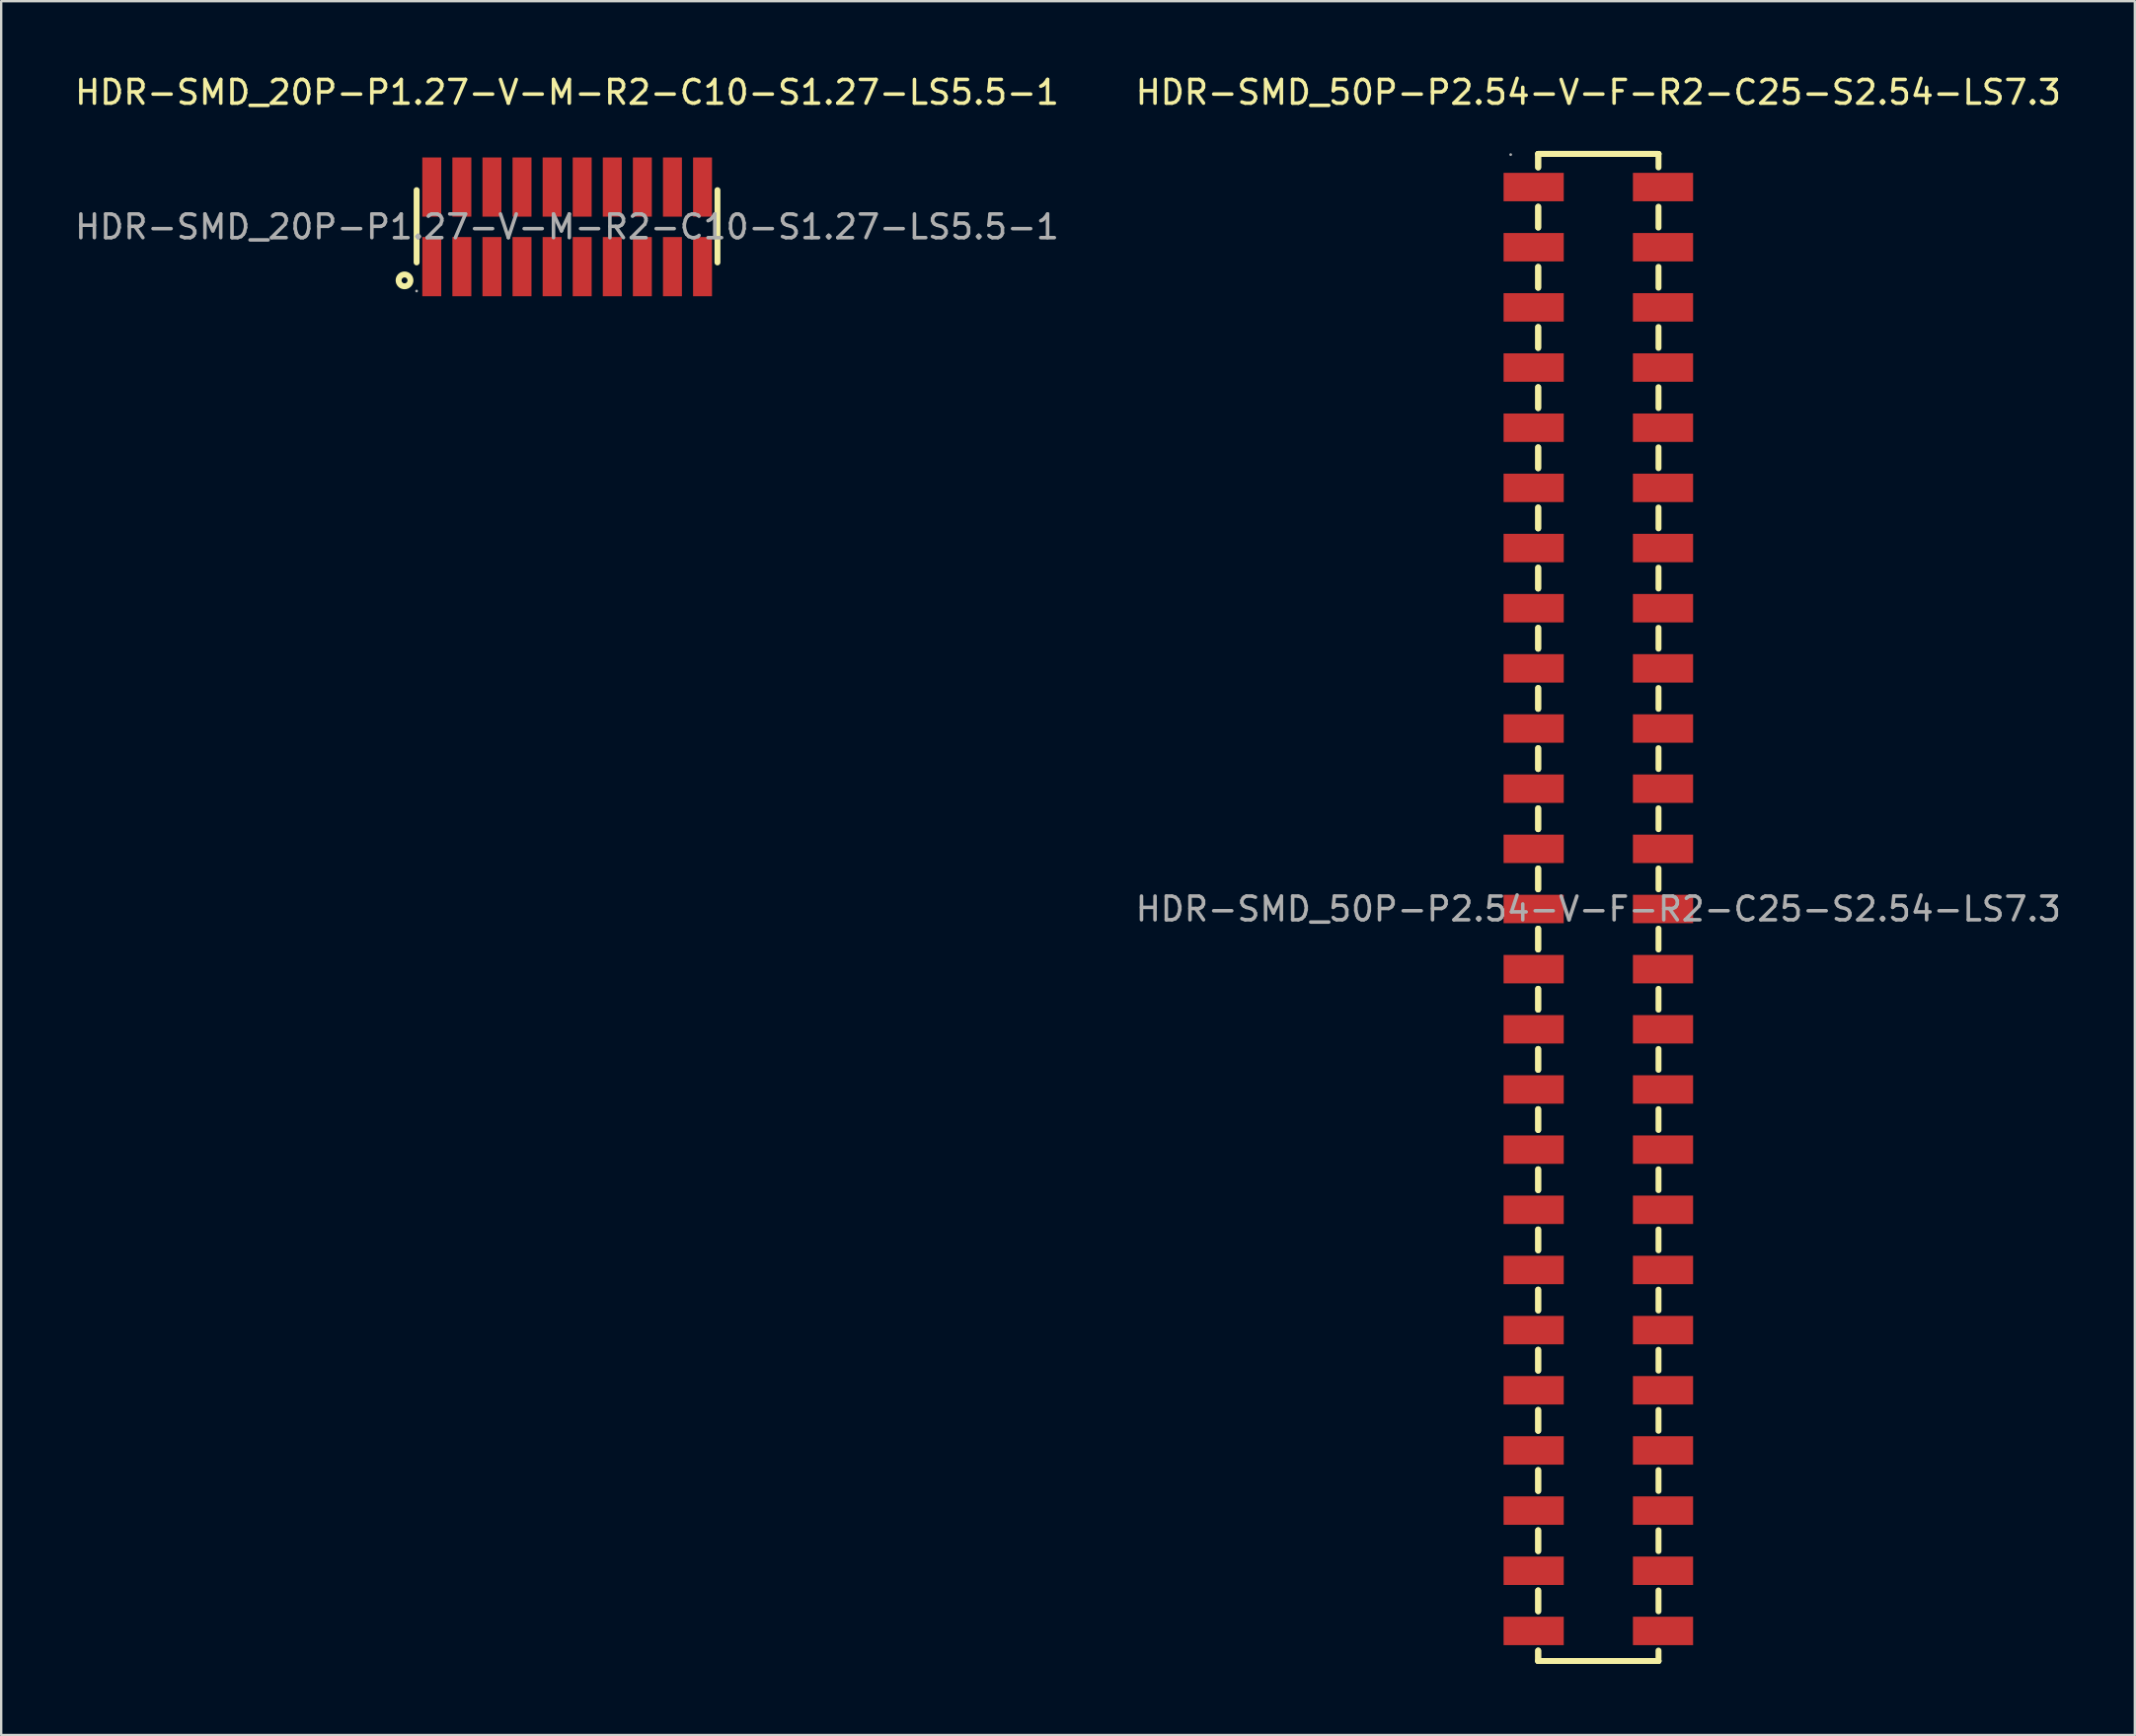
<source format=kicad_pcb>
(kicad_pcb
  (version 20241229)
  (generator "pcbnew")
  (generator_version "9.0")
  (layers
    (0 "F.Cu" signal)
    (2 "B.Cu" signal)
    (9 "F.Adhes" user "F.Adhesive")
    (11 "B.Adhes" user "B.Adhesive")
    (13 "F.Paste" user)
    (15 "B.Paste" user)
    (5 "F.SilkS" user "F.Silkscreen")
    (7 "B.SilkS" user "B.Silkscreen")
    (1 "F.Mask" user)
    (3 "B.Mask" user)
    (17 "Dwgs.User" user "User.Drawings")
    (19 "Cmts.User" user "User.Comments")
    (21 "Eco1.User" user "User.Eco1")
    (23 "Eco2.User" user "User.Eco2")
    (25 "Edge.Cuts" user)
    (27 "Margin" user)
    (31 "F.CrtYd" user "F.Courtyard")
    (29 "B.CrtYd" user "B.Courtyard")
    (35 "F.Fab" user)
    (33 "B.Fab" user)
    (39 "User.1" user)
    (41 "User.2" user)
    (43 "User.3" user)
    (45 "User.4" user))
  (footprint "HDR-SMD_20P-P1.27-V-M-R2-C10-S1.27-LS5.5-1"
    (layer "F.Cu")
    (at 20.887 6.528)
    (property "Reference" "HDR-SMD_20P-P1.27-V-M-R2-C10-S1.27-LS5.5-1" (at 0 -5.68 0) (layer "F.SilkS") (effects (font (size 1 1) (thickness 0.15))))
    (attr through_hole)
    (fp_line (start -6.35 -1.55) (end -6.35 1.5) (stroke (width 0.25) (type solid)) (layer "F.SilkS"))
    (fp_line (start 6.35 -1.55) (end 6.35 1.5) (stroke (width 0.25) (type solid)) (layer "F.SilkS"))
    (fp_circle (center -6.86 2.26) (end -6.61 2.26) (stroke (width 0.25) (type solid)) (fill no) (layer "F.SilkS"))
    (fp_circle (center -6.35 2.71) (end -6.32 2.71) (stroke (width 0.06) (type solid)) (fill no) (layer "F.Fab"))
    (fp_text user "${REFERENCE}" (at 0 0 0) (layer "F.Fab") (effects (font (size 1 1) (thickness 0.15))))
    (pad "1" smd rect (at -5.71 1.68 90) (size 2.5 0.8) (layers "F.Cu" "F.Mask" "F.Paste"))
    (pad "2" smd rect (at -5.71 -1.68 90) (size 2.5 0.8) (layers "F.Cu" "F.Mask" "F.Paste"))
    (pad "3" smd rect (at -4.44 1.68 90) (size 2.5 0.8) (layers "F.Cu" "F.Mask" "F.Paste"))
    (pad "4" smd rect (at -4.44 -1.68 90) (size 2.5 0.8) (layers "F.Cu" "F.Mask" "F.Paste"))
    (pad "5" smd rect (at -3.17 1.68 90) (size 2.5 0.8) (layers "F.Cu" "F.Mask" "F.Paste"))
    (pad "6" smd rect (at -3.17 -1.68 90) (size 2.5 0.8) (layers "F.Cu" "F.Mask" "F.Paste"))
    (pad "7" smd rect (at -1.9 1.68 90) (size 2.5 0.8) (layers "F.Cu" "F.Mask" "F.Paste"))
    (pad "8" smd rect (at -1.9 -1.68 90) (size 2.5 0.8) (layers "F.Cu" "F.Mask" "F.Paste"))
    (pad "9" smd rect (at -0.63 1.68 90) (size 2.5 0.8) (layers "F.Cu" "F.Mask" "F.Paste"))
    (pad "10" smd rect (at -0.63 -1.68 90) (size 2.5 0.8) (layers "F.Cu" "F.Mask" "F.Paste"))
    (pad "11" smd rect (at 0.64 1.68 90) (size 2.5 0.8) (layers "F.Cu" "F.Mask" "F.Paste"))
    (pad "12" smd rect (at 0.64 -1.68 90) (size 2.5 0.8) (layers "F.Cu" "F.Mask" "F.Paste"))
    (pad "13" smd rect (at 1.91 1.68 90) (size 2.5 0.8) (layers "F.Cu" "F.Mask" "F.Paste"))
    (pad "14" smd rect (at 1.91 -1.68 90) (size 2.5 0.8) (layers "F.Cu" "F.Mask" "F.Paste"))
    (pad "15" smd rect (at 3.18 1.68 90) (size 2.5 0.8) (layers "F.Cu" "F.Mask" "F.Paste"))
    (pad "16" smd rect (at 3.18 -1.68 90) (size 2.5 0.8) (layers "F.Cu" "F.Mask" "F.Paste"))
    (pad "17" smd rect (at 4.45 1.68 90) (size 2.5 0.8) (layers "F.Cu" "F.Mask" "F.Paste"))
    (pad "18" smd rect (at 4.45 -1.68 90) (size 2.5 0.8) (layers "F.Cu" "F.Mask" "F.Paste"))
    (pad "19" smd rect (at 5.72 1.68 90) (size 2.5 0.8) (layers "F.Cu" "F.Mask" "F.Paste"))
    (pad "20" smd rect (at 5.72 -1.68 90) (size 2.5 0.8) (layers "F.Cu" "F.Mask" "F.Paste")))
  (footprint "HDR-SMD_50P-P2.54-V-F-R2-C25-S2.54-LS7.3"
    (layer "F.Cu")
    (at 64.423 35.328)
    (property "Reference" "HDR-SMD_50P-P2.54-V-F-R2-C25-S2.54-LS7.3" (at 0 -34.48 0) (layer "F.SilkS") (effects (font (size 1 1) (thickness 0.15))))
    (attr through_hole)
    (fp_line (start -2.54 -31.88) (end 2.54 -31.88) (stroke (width 0.25) (type solid)) (layer "F.SilkS"))
    (fp_line (start -2.54 -31.88) (end 2.54 -31.88) (stroke (width 0.25) (type solid)) (layer "F.SilkS"))
    (fp_line (start -2.54 -31.31) (end -2.54 -31.88) (stroke (width 0.25) (type solid)) (layer "F.SilkS"))
    (fp_line (start -2.54 -31.31) (end -2.54 -31.88) (stroke (width 0.25) (type solid)) (layer "F.SilkS"))
    (fp_line (start -2.54 -28.77) (end -2.54 -29.65) (stroke (width 0.25) (type solid)) (layer "F.SilkS"))
    (fp_line (start -2.54 -28.77) (end -2.54 -29.65) (stroke (width 0.25) (type solid)) (layer "F.SilkS"))
    (fp_line (start -2.54 -26.23) (end -2.54 -27.11) (stroke (width 0.25) (type solid)) (layer "F.SilkS"))
    (fp_line (start -2.54 -26.23) (end -2.54 -27.11) (stroke (width 0.25) (type solid)) (layer "F.SilkS"))
    (fp_line (start -2.54 -23.69) (end -2.54 -24.57) (stroke (width 0.25) (type solid)) (layer "F.SilkS"))
    (fp_line (start -2.54 -23.69) (end -2.54 -24.57) (stroke (width 0.25) (type solid)) (layer "F.SilkS"))
    (fp_line (start -2.54 -21.15) (end -2.54 -22.03) (stroke (width 0.25) (type solid)) (layer "F.SilkS"))
    (fp_line (start -2.54 -21.15) (end -2.54 -22.03) (stroke (width 0.25) (type solid)) (layer "F.SilkS"))
    (fp_line (start -2.54 -18.61) (end -2.54 -19.49) (stroke (width 0.25) (type solid)) (layer "F.SilkS"))
    (fp_line (start -2.54 -18.61) (end -2.54 -19.49) (stroke (width 0.25) (type solid)) (layer "F.SilkS"))
    (fp_line (start -2.54 -16.07) (end -2.54 -16.95) (stroke (width 0.25) (type solid)) (layer "F.SilkS"))
    (fp_line (start -2.54 -16.07) (end -2.54 -16.95) (stroke (width 0.25) (type solid)) (layer "F.SilkS"))
    (fp_line (start -2.54 -13.53) (end -2.54 -14.41) (stroke (width 0.25) (type solid)) (layer "F.SilkS"))
    (fp_line (start -2.54 -13.53) (end -2.54 -14.41) (stroke (width 0.25) (type solid)) (layer "F.SilkS"))
    (fp_line (start -2.54 -10.99) (end -2.54 -11.87) (stroke (width 0.25) (type solid)) (layer "F.SilkS"))
    (fp_line (start -2.54 -10.99) (end -2.54 -11.87) (stroke (width 0.25) (type solid)) (layer "F.SilkS"))
    (fp_line (start -2.54 -8.45) (end -2.54 -9.33) (stroke (width 0.25) (type solid)) (layer "F.SilkS"))
    (fp_line (start -2.54 -8.45) (end -2.54 -9.33) (stroke (width 0.25) (type solid)) (layer "F.SilkS"))
    (fp_line (start -2.54 -5.91) (end -2.54 -6.79) (stroke (width 0.25) (type solid)) (layer "F.SilkS"))
    (fp_line (start -2.54 -5.91) (end -2.54 -6.79) (stroke (width 0.25) (type solid)) (layer "F.SilkS"))
    (fp_line (start -2.54 -3.37) (end -2.54 -4.25) (stroke (width 0.25) (type solid)) (layer "F.SilkS"))
    (fp_line (start -2.54 -3.37) (end -2.54 -4.25) (stroke (width 0.25) (type solid)) (layer "F.SilkS"))
    (fp_line (start -2.54 -0.83) (end -2.54 -1.71) (stroke (width 0.25) (type solid)) (layer "F.SilkS"))
    (fp_line (start -2.54 -0.83) (end -2.54 -1.71) (stroke (width 0.25) (type solid)) (layer "F.SilkS"))
    (fp_line (start -2.54 1.71) (end -2.54 0.83) (stroke (width 0.25) (type solid)) (layer "F.SilkS"))
    (fp_line (start -2.54 1.71) (end -2.54 0.83) (stroke (width 0.25) (type solid)) (layer "F.SilkS"))
    (fp_line (start -2.54 4.25) (end -2.54 3.37) (stroke (width 0.25) (type solid)) (layer "F.SilkS"))
    (fp_line (start -2.54 4.25) (end -2.54 3.37) (stroke (width 0.25) (type solid)) (layer "F.SilkS"))
    (fp_line (start -2.54 6.79) (end -2.54 5.91) (stroke (width 0.25) (type solid)) (layer "F.SilkS"))
    (fp_line (start -2.54 6.79) (end -2.54 5.91) (stroke (width 0.25) (type solid)) (layer "F.SilkS"))
    (fp_line (start -2.54 9.33) (end -2.54 8.45) (stroke (width 0.25) (type solid)) (layer "F.SilkS"))
    (fp_line (start -2.54 9.33) (end -2.54 8.45) (stroke (width 0.25) (type solid)) (layer "F.SilkS"))
    (fp_line (start -2.54 11.87) (end -2.54 10.99) (stroke (width 0.25) (type solid)) (layer "F.SilkS"))
    (fp_line (start -2.54 11.87) (end -2.54 10.99) (stroke (width 0.25) (type solid)) (layer "F.SilkS"))
    (fp_line (start -2.54 14.41) (end -2.54 13.53) (stroke (width 0.25) (type solid)) (layer "F.SilkS"))
    (fp_line (start -2.54 14.41) (end -2.54 13.53) (stroke (width 0.25) (type solid)) (layer "F.SilkS"))
    (fp_line (start -2.54 16.95) (end -2.54 16.07) (stroke (width 0.25) (type solid)) (layer "F.SilkS"))
    (fp_line (start -2.54 16.95) (end -2.54 16.07) (stroke (width 0.25) (type solid)) (layer "F.SilkS"))
    (fp_line (start -2.54 19.49) (end -2.54 18.61) (stroke (width 0.25) (type solid)) (layer "F.SilkS"))
    (fp_line (start -2.54 19.49) (end -2.54 18.61) (stroke (width 0.25) (type solid)) (layer "F.SilkS"))
    (fp_line (start -2.54 22.03) (end -2.54 21.15) (stroke (width 0.25) (type solid)) (layer "F.SilkS"))
    (fp_line (start -2.54 22.03) (end -2.54 21.15) (stroke (width 0.25) (type solid)) (layer "F.SilkS"))
    (fp_line (start -2.54 24.57) (end -2.54 23.69) (stroke (width 0.25) (type solid)) (layer "F.SilkS"))
    (fp_line (start -2.54 24.57) (end -2.54 23.69) (stroke (width 0.25) (type solid)) (layer "F.SilkS"))
    (fp_line (start -2.54 27.11) (end -2.54 26.23) (stroke (width 0.25) (type solid)) (layer "F.SilkS"))
    (fp_line (start -2.54 27.11) (end -2.54 26.23) (stroke (width 0.25) (type solid)) (layer "F.SilkS"))
    (fp_line (start -2.54 29.65) (end -2.54 28.77) (stroke (width 0.25) (type solid)) (layer "F.SilkS"))
    (fp_line (start -2.54 29.65) (end -2.54 28.77) (stroke (width 0.25) (type solid)) (layer "F.SilkS"))
    (fp_line (start -2.54 31.75) (end -2.54 31.31) (stroke (width 0.25) (type solid)) (layer "F.SilkS"))
    (fp_line (start -2.54 31.75) (end -2.54 31.31) (stroke (width 0.25) (type solid)) (layer "F.SilkS"))
    (fp_line (start -2.54 31.75) (end 2.54 31.75) (stroke (width 0.25) (type solid)) (layer "F.SilkS"))
    (fp_line (start -2.54 31.75) (end 2.54 31.75) (stroke (width 0.25) (type solid)) (layer "F.SilkS"))
    (fp_line (start 2.54 -31.88) (end 2.54 -31.31) (stroke (width 0.25) (type solid)) (layer "F.SilkS"))
    (fp_line (start 2.54 -29.65) (end 2.54 -28.77) (stroke (width 0.25) (type solid)) (layer "F.SilkS"))
    (fp_line (start 2.54 -27.11) (end 2.54 -26.23) (stroke (width 0.25) (type solid)) (layer "F.SilkS"))
    (fp_line (start 2.54 -24.57) (end 2.54 -23.69) (stroke (width 0.25) (type solid)) (layer "F.SilkS"))
    (fp_line (start 2.54 -22.03) (end 2.54 -21.15) (stroke (width 0.25) (type solid)) (layer "F.SilkS"))
    (fp_line (start 2.54 -19.49) (end 2.54 -18.61) (stroke (width 0.25) (type solid)) (layer "F.SilkS"))
    (fp_line (start 2.54 -16.95) (end 2.54 -16.07) (stroke (width 0.25) (type solid)) (layer "F.SilkS"))
    (fp_line (start 2.54 -14.41) (end 2.54 -13.53) (stroke (width 0.25) (type solid)) (layer "F.SilkS"))
    (fp_line (start 2.54 -11.87) (end 2.54 -10.99) (stroke (width 0.25) (type solid)) (layer "F.SilkS"))
    (fp_line (start 2.54 -9.33) (end 2.54 -8.45) (stroke (width 0.25) (type solid)) (layer "F.SilkS"))
    (fp_line (start 2.54 -6.79) (end 2.54 -5.91) (stroke (width 0.25) (type solid)) (layer "F.SilkS"))
    (fp_line (start 2.54 -4.25) (end 2.54 -3.37) (stroke (width 0.25) (type solid)) (layer "F.SilkS"))
    (fp_line (start 2.54 -1.71) (end 2.54 -0.83) (stroke (width 0.25) (type solid)) (layer "F.SilkS"))
    (fp_line (start 2.54 0.83) (end 2.54 1.71) (stroke (width 0.25) (type solid)) (layer "F.SilkS"))
    (fp_line (start 2.54 3.37) (end 2.54 4.25) (stroke (width 0.25) (type solid)) (layer "F.SilkS"))
    (fp_line (start 2.54 5.91) (end 2.54 6.79) (stroke (width 0.25) (type solid)) (layer "F.SilkS"))
    (fp_line (start 2.54 8.45) (end 2.54 9.33) (stroke (width 0.25) (type solid)) (layer "F.SilkS"))
    (fp_line (start 2.54 10.99) (end 2.54 11.87) (stroke (width 0.25) (type solid)) (layer "F.SilkS"))
    (fp_line (start 2.54 13.53) (end 2.54 14.41) (stroke (width 0.25) (type solid)) (layer "F.SilkS"))
    (fp_line (start 2.54 16.07) (end 2.54 16.95) (stroke (width 0.25) (type solid)) (layer "F.SilkS"))
    (fp_line (start 2.54 18.61) (end 2.54 19.49) (stroke (width 0.25) (type solid)) (layer "F.SilkS"))
    (fp_line (start 2.54 21.15) (end 2.54 22.03) (stroke (width 0.25) (type solid)) (layer "F.SilkS"))
    (fp_line (start 2.54 23.69) (end 2.54 24.57) (stroke (width 0.25) (type solid)) (layer "F.SilkS"))
    (fp_line (start 2.54 26.23) (end 2.54 27.11) (stroke (width 0.25) (type solid)) (layer "F.SilkS"))
    (fp_line (start 2.54 28.77) (end 2.54 29.65) (stroke (width 0.25) (type solid)) (layer "F.SilkS"))
    (fp_line (start 2.54 31.31) (end 2.54 31.75) (stroke (width 0.25) (type solid)) (layer "F.SilkS"))
    (fp_circle (center -3.7 -31.85) (end -3.67 -31.85) (stroke (width 0.06) (type solid)) (fill no) (layer "F.Fab"))
    (fp_text user "${REFERENCE}" (at 0 0 0) (layer "F.Fab") (effects (font (size 1 1) (thickness 0.15))))
    (pad "1" smd rect (at -2.73 -30.48 270) (size 1.2 2.54) (layers "F.Cu" "F.Mask" "F.Paste"))
    (pad "2" smd rect (at 2.73 -30.48 270) (size 1.2 2.54) (layers "F.Cu" "F.Mask" "F.Paste"))
    (pad "3" smd rect (at -2.73 -27.94 270) (size 1.2 2.54) (layers "F.Cu" "F.Mask" "F.Paste"))
    (pad "4" smd rect (at 2.73 -27.94 270) (size 1.2 2.54) (layers "F.Cu" "F.Mask" "F.Paste"))
    (pad "5" smd rect (at -2.73 -25.4 270) (size 1.2 2.54) (layers "F.Cu" "F.Mask" "F.Paste"))
    (pad "6" smd rect (at 2.73 -25.4 270) (size 1.2 2.54) (layers "F.Cu" "F.Mask" "F.Paste"))
    (pad "7" smd rect (at -2.73 -22.86 270) (size 1.2 2.54) (layers "F.Cu" "F.Mask" "F.Paste"))
    (pad "8" smd rect (at 2.73 -22.86 270) (size 1.2 2.54) (layers "F.Cu" "F.Mask" "F.Paste"))
    (pad "9" smd rect (at -2.73 -20.32 270) (size 1.2 2.54) (layers "F.Cu" "F.Mask" "F.Paste"))
    (pad "10" smd rect (at 2.73 -20.32 270) (size 1.2 2.54) (layers "F.Cu" "F.Mask" "F.Paste"))
    (pad "11" smd rect (at -2.73 -17.78 270) (size 1.2 2.54) (layers "F.Cu" "F.Mask" "F.Paste"))
    (pad "12" smd rect (at 2.73 -17.78 270) (size 1.2 2.54) (layers "F.Cu" "F.Mask" "F.Paste"))
    (pad "13" smd rect (at -2.73 -15.24 270) (size 1.2 2.54) (layers "F.Cu" "F.Mask" "F.Paste"))
    (pad "14" smd rect (at 2.73 -15.24 270) (size 1.2 2.54) (layers "F.Cu" "F.Mask" "F.Paste"))
    (pad "15" smd rect (at -2.73 -12.7 270) (size 1.2 2.54) (layers "F.Cu" "F.Mask" "F.Paste"))
    (pad "16" smd rect (at 2.73 -12.7 270) (size 1.2 2.54) (layers "F.Cu" "F.Mask" "F.Paste"))
    (pad "17" smd rect (at -2.73 -10.16 270) (size 1.2 2.54) (layers "F.Cu" "F.Mask" "F.Paste"))
    (pad "18" smd rect (at 2.73 -10.16 270) (size 1.2 2.54) (layers "F.Cu" "F.Mask" "F.Paste"))
    (pad "19" smd rect (at -2.73 -7.62 270) (size 1.2 2.54) (layers "F.Cu" "F.Mask" "F.Paste"))
    (pad "20" smd rect (at 2.73 -7.62 270) (size 1.2 2.54) (layers "F.Cu" "F.Mask" "F.Paste"))
    (pad "21" smd rect (at -2.73 -5.08 270) (size 1.2 2.54) (layers "F.Cu" "F.Mask" "F.Paste"))
    (pad "22" smd rect (at 2.73 -5.08 270) (size 1.2 2.54) (layers "F.Cu" "F.Mask" "F.Paste"))
    (pad "23" smd rect (at -2.73 -2.54 270) (size 1.2 2.54) (layers "F.Cu" "F.Mask" "F.Paste"))
    (pad "24" smd rect (at 2.73 -2.54 270) (size 1.2 2.54) (layers "F.Cu" "F.Mask" "F.Paste"))
    (pad "25" smd rect (at -2.73 0 270) (size 1.2 2.54) (layers "F.Cu" "F.Mask" "F.Paste"))
    (pad "26" smd rect (at 2.73 0 270) (size 1.2 2.54) (layers "F.Cu" "F.Mask" "F.Paste"))
    (pad "27" smd rect (at -2.73 2.54 270) (size 1.2 2.54) (layers "F.Cu" "F.Mask" "F.Paste"))
    (pad "28" smd rect (at 2.73 2.54 270) (size 1.2 2.54) (layers "F.Cu" "F.Mask" "F.Paste"))
    (pad "29" smd rect (at -2.73 5.08 270) (size 1.2 2.54) (layers "F.Cu" "F.Mask" "F.Paste"))
    (pad "30" smd rect (at 2.73 5.08 270) (size 1.2 2.54) (layers "F.Cu" "F.Mask" "F.Paste"))
    (pad "31" smd rect (at -2.73 7.62 270) (size 1.2 2.54) (layers "F.Cu" "F.Mask" "F.Paste"))
    (pad "32" smd rect (at 2.73 7.62 270) (size 1.2 2.54) (layers "F.Cu" "F.Mask" "F.Paste"))
    (pad "33" smd rect (at -2.73 10.16 270) (size 1.2 2.54) (layers "F.Cu" "F.Mask" "F.Paste"))
    (pad "34" smd rect (at 2.73 10.16 270) (size 1.2 2.54) (layers "F.Cu" "F.Mask" "F.Paste"))
    (pad "35" smd rect (at -2.73 12.7 270) (size 1.2 2.54) (layers "F.Cu" "F.Mask" "F.Paste"))
    (pad "36" smd rect (at 2.73 12.7 270) (size 1.2 2.54) (layers "F.Cu" "F.Mask" "F.Paste"))
    (pad "37" smd rect (at -2.73 15.24 270) (size 1.2 2.54) (layers "F.Cu" "F.Mask" "F.Paste"))
    (pad "38" smd rect (at 2.73 15.24 270) (size 1.2 2.54) (layers "F.Cu" "F.Mask" "F.Paste"))
    (pad "39" smd rect (at -2.73 17.78 270) (size 1.2 2.54) (layers "F.Cu" "F.Mask" "F.Paste"))
    (pad "40" smd rect (at 2.73 17.78 270) (size 1.2 2.54) (layers "F.Cu" "F.Mask" "F.Paste"))
    (pad "41" smd rect (at -2.73 20.32 270) (size 1.2 2.54) (layers "F.Cu" "F.Mask" "F.Paste"))
    (pad "42" smd rect (at 2.73 20.32 270) (size 1.2 2.54) (layers "F.Cu" "F.Mask" "F.Paste"))
    (pad "43" smd rect (at -2.73 22.86 270) (size 1.2 2.54) (layers "F.Cu" "F.Mask" "F.Paste"))
    (pad "44" smd rect (at 2.73 22.86 270) (size 1.2 2.54) (layers "F.Cu" "F.Mask" "F.Paste"))
    (pad "45" smd rect (at -2.73 25.4 270) (size 1.2 2.54) (layers "F.Cu" "F.Mask" "F.Paste"))
    (pad "46" smd rect (at 2.73 25.4 270) (size 1.2 2.54) (layers "F.Cu" "F.Mask" "F.Paste"))
    (pad "47" smd rect (at -2.73 27.94 270) (size 1.2 2.54) (layers "F.Cu" "F.Mask" "F.Paste"))
    (pad "48" smd rect (at 2.73 27.94 270) (size 1.2 2.54) (layers "F.Cu" "F.Mask" "F.Paste"))
    (pad "49" smd rect (at -2.73 30.48 270) (size 1.2 2.54) (layers "F.Cu" "F.Mask" "F.Paste"))
    (pad "50" smd rect (at 2.73 30.48 270) (size 1.2 2.54) (layers "F.Cu" "F.Mask" "F.Paste")))
  (gr_rect
    (start -3 -3)
    (end 87.071 70.203)
    (stroke (width 0.1) (type default))
    (fill no)
    (layer "Edge.Cuts")))
</source>
